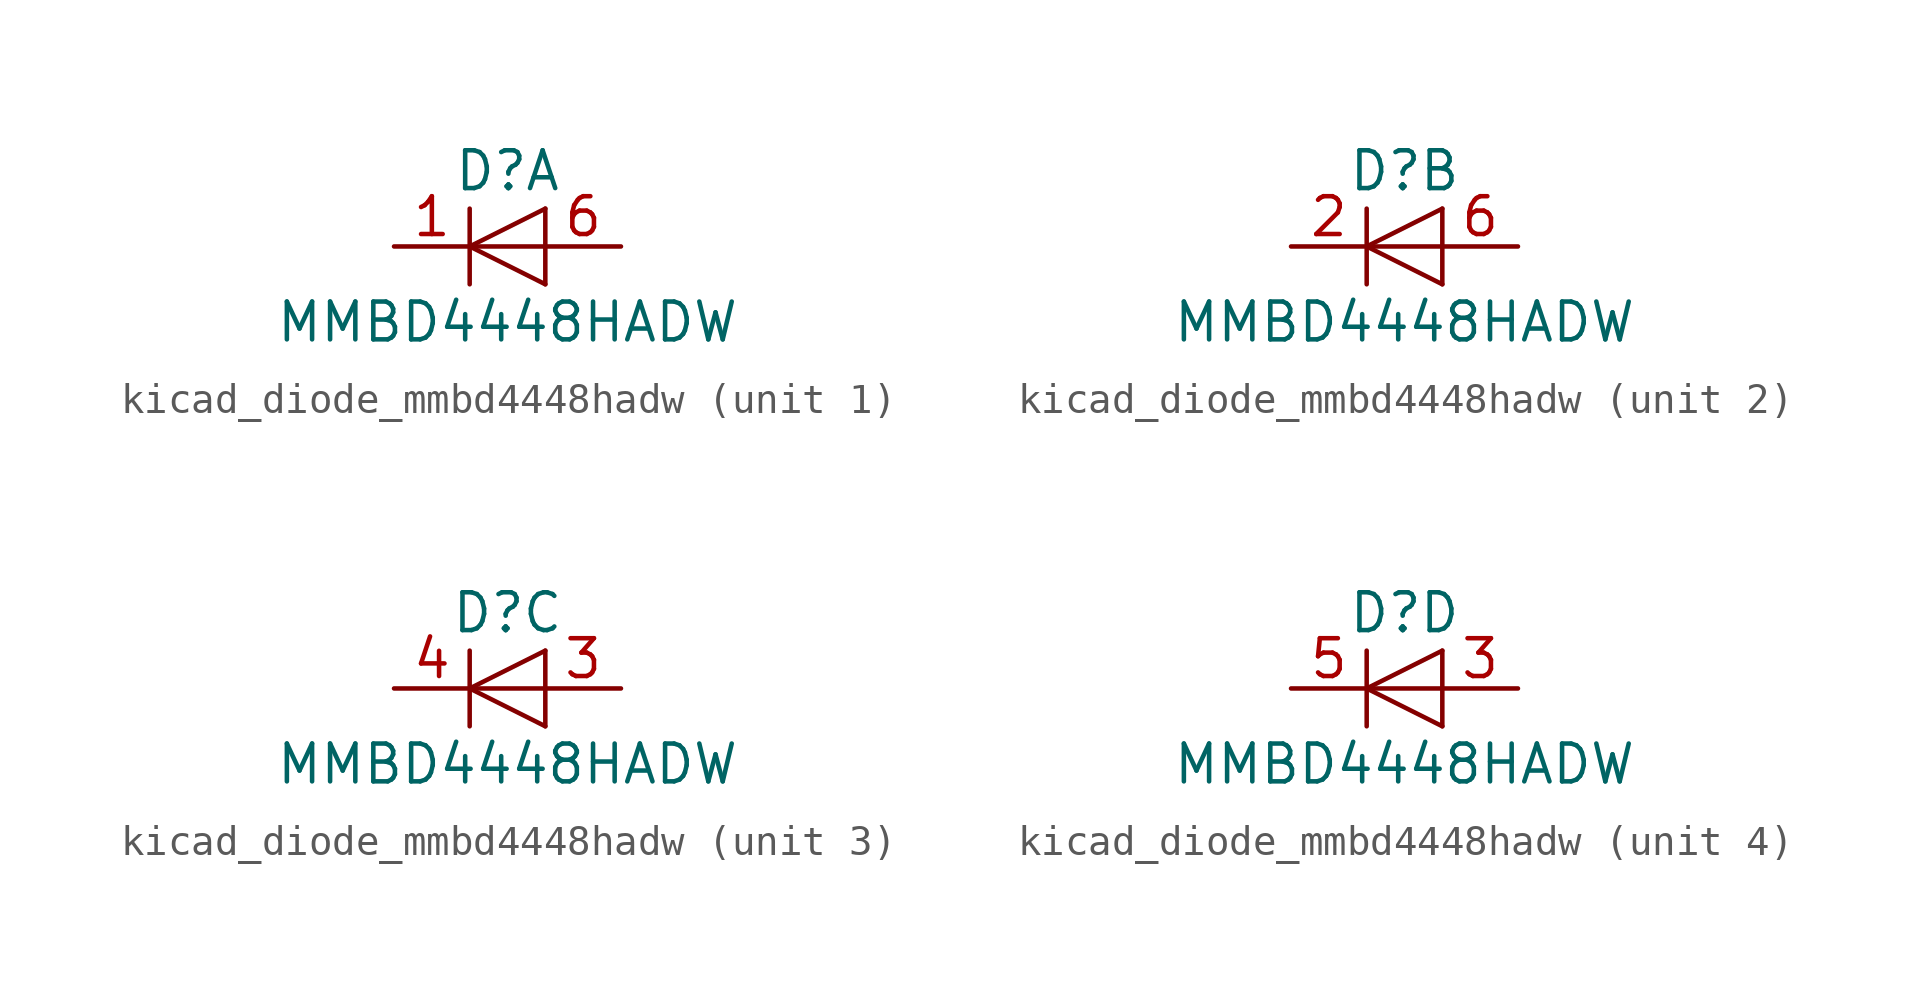
<source format=kicad_sym>
(kicad_symbol_lib
  (version 20220914)
  (generator kicad_symbol_editor)
  (symbol "kicad_diode_mmbd4448hadw"
    (pin_names
      (offset 1.016) hide)
    (property "Reference" "D"
      (at 0 2.54 0)
      (effects (font (size 1.27 1.27))))
    (property "Value" "MMBD4448HADW"
      (at 0 -2.54 0)
      (effects (font (size 1.27 1.27))))
    (symbol "kicad_diode_mmbd4448hadw_0_1"
      (polyline (pts (xy -1.27 1.27) (xy -1.27 -1.27)) (stroke (width 0.152) (type default)) (fill (type none)))
      (polyline (pts (xy 1.27 -1.27) (xy 1.27 1.27)) (stroke (width 0) (type default)) (fill (type none)))
      (polyline (pts (xy 1.27 0) (xy -1.27 0)) (stroke (width 0) (type default)) (fill (type none)))
      (polyline (pts (xy 1.27 1.27) (xy -1.27 0) (xy 1.27 -1.27)) (stroke (width 0) (type default)) (fill (type none))))
    (symbol "kicad_diode_mmbd4448hadw_1_1"
      (pin passive line (at -3.81 0 0) (length 2.54) (name "K" (effects (font (size 1.27 1.27)))) (number "1" (effects (font (size 1.27 1.27)))))
      (pin passive line (at 3.81 0 180) (length 2.54) (name "A" (effects (font (size 1.27 1.27)))) (number "6" (effects (font (size 1.27 1.27))))))
    (symbol "kicad_diode_mmbd4448hadw_2_1"
      (pin passive line (at -3.81 0 0) (length 2.54) (name "K" (effects (font (size 1.27 1.27)))) (number "2" (effects (font (size 1.27 1.27)))))
      (pin passive line (at 3.81 0 180) (length 2.54) (name "A" (effects (font (size 1.27 1.27)))) (number "6" (effects (font (size 1.27 1.27))))))
    (symbol "kicad_diode_mmbd4448hadw_3_1"
      (pin passive line (at 3.81 0 180) (length 2.54) (name "A" (effects (font (size 1.27 1.27)))) (number "3" (effects (font (size 1.27 1.27)))))
      (pin passive line (at -3.81 0 0) (length 2.54) (name "K" (effects (font (size 1.27 1.27)))) (number "4" (effects (font (size 1.27 1.27))))))
    (symbol "kicad_diode_mmbd4448hadw_4_1"
      (pin passive line (at 3.81 0 180) (length 2.54) (name "A" (effects (font (size 1.27 1.27)))) (number "3" (effects (font (size 1.27 1.27)))))
      (pin passive line (at -3.81 0 0) (length 2.54) (name "K" (effects (font (size 1.27 1.27)))) (number "5" (effects (font (size 1.27 1.27))))))))
</source>
